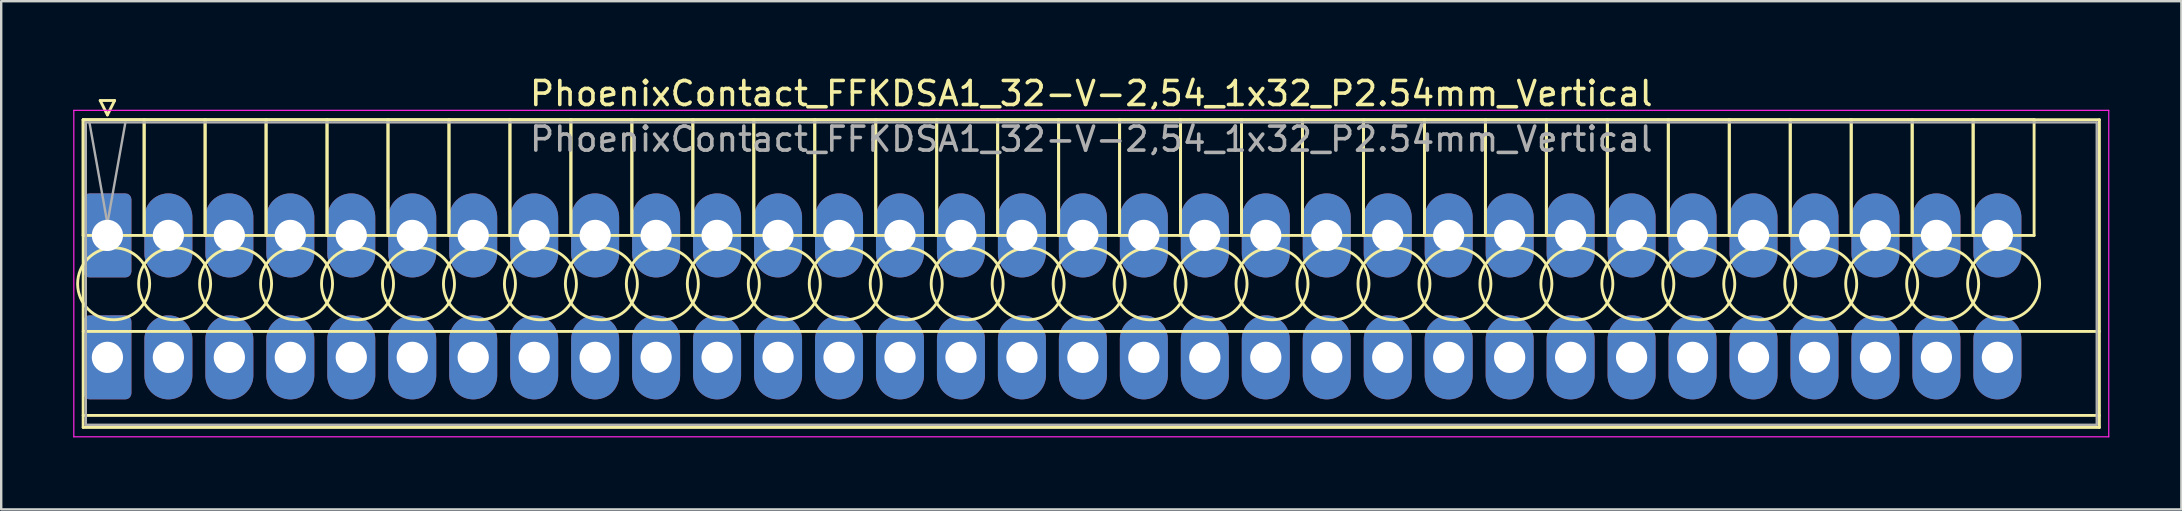
<source format=kicad_pcb>
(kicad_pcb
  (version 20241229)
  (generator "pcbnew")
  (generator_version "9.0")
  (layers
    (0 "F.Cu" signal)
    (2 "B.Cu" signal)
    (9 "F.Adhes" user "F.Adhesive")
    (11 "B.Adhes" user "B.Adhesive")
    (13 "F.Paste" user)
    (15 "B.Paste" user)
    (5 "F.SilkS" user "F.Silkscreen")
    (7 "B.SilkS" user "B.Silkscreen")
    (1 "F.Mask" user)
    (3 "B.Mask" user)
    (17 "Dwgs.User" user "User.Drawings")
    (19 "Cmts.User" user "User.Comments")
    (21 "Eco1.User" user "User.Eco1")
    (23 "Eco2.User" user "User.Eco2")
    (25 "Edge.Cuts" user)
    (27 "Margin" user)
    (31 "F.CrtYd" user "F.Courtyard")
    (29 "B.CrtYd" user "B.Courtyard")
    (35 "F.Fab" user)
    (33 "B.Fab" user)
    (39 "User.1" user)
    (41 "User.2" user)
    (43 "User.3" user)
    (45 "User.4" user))
  (footprint "PhoenixContact_FFKDSA1_32-V-2,54_1x32_P2.54mm_Vertical"
    (layer "F.Cu")
    (at 1.425 6.758)
    (property "Reference" "PhoenixContact_FFKDSA1_32-V-2,54_1x32_P2.54mm_Vertical" (at 40.99 -5.91 0) (layer "F.SilkS") (effects (font (size 1 1) (thickness 0.15))))
    (attr through_hole)
    (fp_line (start -1.01 -4.82) (end -1.01 0) (stroke (width 0.12) (type solid)) (layer "F.SilkS"))
    (fp_line (start -1.01 -4.82) (end -1.01 8) (stroke (width 0.12) (type solid)) (layer "F.SilkS"))
    (fp_line (start -1.01 0) (end 1.53 0) (stroke (width 0.12) (type solid)) (layer "F.SilkS"))
    (fp_line (start -1.01 4) (end 82.99 4) (stroke (width 0.12) (type solid)) (layer "F.SilkS"))
    (fp_line (start -1.01 7.5) (end 82.99 7.5) (stroke (width 0.12) (type solid)) (layer "F.SilkS"))
    (fp_line (start -1.01 8) (end 82.99 8) (stroke (width 0.12) (type solid)) (layer "F.SilkS"))
    (fp_line (start -0.3 -5.62) (end 0.3 -5.62) (stroke (width 0.12) (type solid)) (layer "F.SilkS"))
    (fp_line (start 0 -5.02) (end -0.3 -5.62) (stroke (width 0.12) (type solid)) (layer "F.SilkS"))
    (fp_line (start 0.3 -5.62) (end 0 -5.02) (stroke (width 0.12) (type solid)) (layer "F.SilkS"))
    (fp_line (start 1.53 -4.82) (end -1.01 -4.82) (stroke (width 0.12) (type solid)) (layer "F.SilkS"))
    (fp_line (start 1.53 -4.82) (end 1.53 0) (stroke (width 0.12) (type solid)) (layer "F.SilkS"))
    (fp_line (start 1.53 0) (end 1.53 -4.82) (stroke (width 0.12) (type solid)) (layer "F.SilkS"))
    (fp_line (start 1.53 0) (end 4.07 0) (stroke (width 0.12) (type solid)) (layer "F.SilkS"))
    (fp_line (start 4.07 -4.82) (end 1.53 -4.82) (stroke (width 0.12) (type solid)) (layer "F.SilkS"))
    (fp_line (start 4.07 -4.82) (end 4.07 0) (stroke (width 0.12) (type solid)) (layer "F.SilkS"))
    (fp_line (start 4.07 0) (end 4.07 -4.82) (stroke (width 0.12) (type solid)) (layer "F.SilkS"))
    (fp_line (start 4.07 0) (end 6.61 0) (stroke (width 0.12) (type solid)) (layer "F.SilkS"))
    (fp_line (start 6.61 -4.82) (end 4.07 -4.82) (stroke (width 0.12) (type solid)) (layer "F.SilkS"))
    (fp_line (start 6.61 -4.82) (end 6.61 0) (stroke (width 0.12) (type solid)) (layer "F.SilkS"))
    (fp_line (start 6.61 0) (end 6.61 -4.82) (stroke (width 0.12) (type solid)) (layer "F.SilkS"))
    (fp_line (start 6.61 0) (end 9.15 0) (stroke (width 0.12) (type solid)) (layer "F.SilkS"))
    (fp_line (start 9.15 -4.82) (end 6.61 -4.82) (stroke (width 0.12) (type solid)) (layer "F.SilkS"))
    (fp_line (start 9.15 -4.82) (end 9.15 0) (stroke (width 0.12) (type solid)) (layer "F.SilkS"))
    (fp_line (start 9.15 0) (end 9.15 -4.82) (stroke (width 0.12) (type solid)) (layer "F.SilkS"))
    (fp_line (start 9.15 0) (end 11.69 0) (stroke (width 0.12) (type solid)) (layer "F.SilkS"))
    (fp_line (start 11.69 -4.82) (end 9.15 -4.82) (stroke (width 0.12) (type solid)) (layer "F.SilkS"))
    (fp_line (start 11.69 -4.82) (end 11.69 0) (stroke (width 0.12) (type solid)) (layer "F.SilkS"))
    (fp_line (start 11.69 0) (end 11.69 -4.82) (stroke (width 0.12) (type solid)) (layer "F.SilkS"))
    (fp_line (start 11.69 0) (end 14.23 0) (stroke (width 0.12) (type solid)) (layer "F.SilkS"))
    (fp_line (start 14.23 -4.82) (end 11.69 -4.82) (stroke (width 0.12) (type solid)) (layer "F.SilkS"))
    (fp_line (start 14.23 -4.82) (end 14.23 0) (stroke (width 0.12) (type solid)) (layer "F.SilkS"))
    (fp_line (start 14.23 0) (end 14.23 -4.82) (stroke (width 0.12) (type solid)) (layer "F.SilkS"))
    (fp_line (start 14.23 0) (end 16.77 0) (stroke (width 0.12) (type solid)) (layer "F.SilkS"))
    (fp_line (start 16.77 -4.82) (end 14.23 -4.82) (stroke (width 0.12) (type solid)) (layer "F.SilkS"))
    (fp_line (start 16.77 -4.82) (end 16.77 0) (stroke (width 0.12) (type solid)) (layer "F.SilkS"))
    (fp_line (start 16.77 0) (end 16.77 -4.82) (stroke (width 0.12) (type solid)) (layer "F.SilkS"))
    (fp_line (start 16.77 0) (end 19.31 0) (stroke (width 0.12) (type solid)) (layer "F.SilkS"))
    (fp_line (start 19.31 -4.82) (end 16.77 -4.82) (stroke (width 0.12) (type solid)) (layer "F.SilkS"))
    (fp_line (start 19.31 -4.82) (end 19.31 0) (stroke (width 0.12) (type solid)) (layer "F.SilkS"))
    (fp_line (start 19.31 0) (end 19.31 -4.82) (stroke (width 0.12) (type solid)) (layer "F.SilkS"))
    (fp_line (start 19.31 0) (end 21.85 0) (stroke (width 0.12) (type solid)) (layer "F.SilkS"))
    (fp_line (start 21.85 -4.82) (end 19.31 -4.82) (stroke (width 0.12) (type solid)) (layer "F.SilkS"))
    (fp_line (start 21.85 -4.82) (end 21.85 0) (stroke (width 0.12) (type solid)) (layer "F.SilkS"))
    (fp_line (start 21.85 0) (end 21.85 -4.82) (stroke (width 0.12) (type solid)) (layer "F.SilkS"))
    (fp_line (start 21.85 0) (end 24.39 0) (stroke (width 0.12) (type solid)) (layer "F.SilkS"))
    (fp_line (start 24.39 -4.82) (end 21.85 -4.82) (stroke (width 0.12) (type solid)) (layer "F.SilkS"))
    (fp_line (start 24.39 -4.82) (end 24.39 0) (stroke (width 0.12) (type solid)) (layer "F.SilkS"))
    (fp_line (start 24.39 0) (end 24.39 -4.82) (stroke (width 0.12) (type solid)) (layer "F.SilkS"))
    (fp_line (start 24.39 0) (end 26.93 0) (stroke (width 0.12) (type solid)) (layer "F.SilkS"))
    (fp_line (start 26.93 -4.82) (end 24.39 -4.82) (stroke (width 0.12) (type solid)) (layer "F.SilkS"))
    (fp_line (start 26.93 -4.82) (end 26.93 0) (stroke (width 0.12) (type solid)) (layer "F.SilkS"))
    (fp_line (start 26.93 0) (end 26.93 -4.82) (stroke (width 0.12) (type solid)) (layer "F.SilkS"))
    (fp_line (start 26.93 0) (end 29.47 0) (stroke (width 0.12) (type solid)) (layer "F.SilkS"))
    (fp_line (start 29.47 -4.82) (end 26.93 -4.82) (stroke (width 0.12) (type solid)) (layer "F.SilkS"))
    (fp_line (start 29.47 -4.82) (end 29.47 0) (stroke (width 0.12) (type solid)) (layer "F.SilkS"))
    (fp_line (start 29.47 0) (end 29.47 -4.82) (stroke (width 0.12) (type solid)) (layer "F.SilkS"))
    (fp_line (start 29.47 0) (end 32.01 0) (stroke (width 0.12) (type solid)) (layer "F.SilkS"))
    (fp_line (start 32.01 -4.82) (end 29.47 -4.82) (stroke (width 0.12) (type solid)) (layer "F.SilkS"))
    (fp_line (start 32.01 -4.82) (end 32.01 0) (stroke (width 0.12) (type solid)) (layer "F.SilkS"))
    (fp_line (start 32.01 0) (end 32.01 -4.82) (stroke (width 0.12) (type solid)) (layer "F.SilkS"))
    (fp_line (start 32.01 0) (end 34.55 0) (stroke (width 0.12) (type solid)) (layer "F.SilkS"))
    (fp_line (start 34.55 -4.82) (end 32.01 -4.82) (stroke (width 0.12) (type solid)) (layer "F.SilkS"))
    (fp_line (start 34.55 -4.82) (end 34.55 0) (stroke (width 0.12) (type solid)) (layer "F.SilkS"))
    (fp_line (start 34.55 0) (end 34.55 -4.82) (stroke (width 0.12) (type solid)) (layer "F.SilkS"))
    (fp_line (start 34.55 0) (end 37.09 0) (stroke (width 0.12) (type solid)) (layer "F.SilkS"))
    (fp_line (start 37.09 -4.82) (end 34.55 -4.82) (stroke (width 0.12) (type solid)) (layer "F.SilkS"))
    (fp_line (start 37.09 -4.82) (end 37.09 0) (stroke (width 0.12) (type solid)) (layer "F.SilkS"))
    (fp_line (start 37.09 0) (end 37.09 -4.82) (stroke (width 0.12) (type solid)) (layer "F.SilkS"))
    (fp_line (start 37.09 0) (end 39.63 0) (stroke (width 0.12) (type solid)) (layer "F.SilkS"))
    (fp_line (start 39.63 -4.82) (end 37.09 -4.82) (stroke (width 0.12) (type solid)) (layer "F.SilkS"))
    (fp_line (start 39.63 -4.82) (end 39.63 0) (stroke (width 0.12) (type solid)) (layer "F.SilkS"))
    (fp_line (start 39.63 0) (end 39.63 -4.82) (stroke (width 0.12) (type solid)) (layer "F.SilkS"))
    (fp_line (start 39.63 0) (end 42.17 0) (stroke (width 0.12) (type solid)) (layer "F.SilkS"))
    (fp_line (start 42.17 -4.82) (end 39.63 -4.82) (stroke (width 0.12) (type solid)) (layer "F.SilkS"))
    (fp_line (start 42.17 -4.82) (end 42.17 0) (stroke (width 0.12) (type solid)) (layer "F.SilkS"))
    (fp_line (start 42.17 0) (end 42.17 -4.82) (stroke (width 0.12) (type solid)) (layer "F.SilkS"))
    (fp_line (start 42.17 0) (end 44.71 0) (stroke (width 0.12) (type solid)) (layer "F.SilkS"))
    (fp_line (start 44.71 -4.82) (end 42.17 -4.82) (stroke (width 0.12) (type solid)) (layer "F.SilkS"))
    (fp_line (start 44.71 -4.82) (end 44.71 0) (stroke (width 0.12) (type solid)) (layer "F.SilkS"))
    (fp_line (start 44.71 0) (end 44.71 -4.82) (stroke (width 0.12) (type solid)) (layer "F.SilkS"))
    (fp_line (start 44.71 0) (end 47.25 0) (stroke (width 0.12) (type solid)) (layer "F.SilkS"))
    (fp_line (start 47.25 -4.82) (end 44.71 -4.82) (stroke (width 0.12) (type solid)) (layer "F.SilkS"))
    (fp_line (start 47.25 -4.82) (end 47.25 0) (stroke (width 0.12) (type solid)) (layer "F.SilkS"))
    (fp_line (start 47.25 0) (end 47.25 -4.82) (stroke (width 0.12) (type solid)) (layer "F.SilkS"))
    (fp_line (start 47.25 0) (end 49.79 0) (stroke (width 0.12) (type solid)) (layer "F.SilkS"))
    (fp_line (start 49.79 -4.82) (end 47.25 -4.82) (stroke (width 0.12) (type solid)) (layer "F.SilkS"))
    (fp_line (start 49.79 -4.82) (end 49.79 0) (stroke (width 0.12) (type solid)) (layer "F.SilkS"))
    (fp_line (start 49.79 0) (end 49.79 -4.82) (stroke (width 0.12) (type solid)) (layer "F.SilkS"))
    (fp_line (start 49.79 0) (end 52.33 0) (stroke (width 0.12) (type solid)) (layer "F.SilkS"))
    (fp_line (start 52.33 -4.82) (end 49.79 -4.82) (stroke (width 0.12) (type solid)) (layer "F.SilkS"))
    (fp_line (start 52.33 -4.82) (end 52.33 0) (stroke (width 0.12) (type solid)) (layer "F.SilkS"))
    (fp_line (start 52.33 0) (end 52.33 -4.82) (stroke (width 0.12) (type solid)) (layer "F.SilkS"))
    (fp_line (start 52.33 0) (end 54.87 0) (stroke (width 0.12) (type solid)) (layer "F.SilkS"))
    (fp_line (start 54.87 -4.82) (end 52.33 -4.82) (stroke (width 0.12) (type solid)) (layer "F.SilkS"))
    (fp_line (start 54.87 -4.82) (end 54.87 0) (stroke (width 0.12) (type solid)) (layer "F.SilkS"))
    (fp_line (start 54.87 0) (end 54.87 -4.82) (stroke (width 0.12) (type solid)) (layer "F.SilkS"))
    (fp_line (start 54.87 0) (end 57.41 0) (stroke (width 0.12) (type solid)) (layer "F.SilkS"))
    (fp_line (start 57.41 -4.82) (end 54.87 -4.82) (stroke (width 0.12) (type solid)) (layer "F.SilkS"))
    (fp_line (start 57.41 -4.82) (end 57.41 0) (stroke (width 0.12) (type solid)) (layer "F.SilkS"))
    (fp_line (start 57.41 0) (end 57.41 -4.82) (stroke (width 0.12) (type solid)) (layer "F.SilkS"))
    (fp_line (start 57.41 0) (end 59.95 0) (stroke (width 0.12) (type solid)) (layer "F.SilkS"))
    (fp_line (start 59.95 -4.82) (end 57.41 -4.82) (stroke (width 0.12) (type solid)) (layer "F.SilkS"))
    (fp_line (start 59.95 -4.82) (end 59.95 0) (stroke (width 0.12) (type solid)) (layer "F.SilkS"))
    (fp_line (start 59.95 0) (end 59.95 -4.82) (stroke (width 0.12) (type solid)) (layer "F.SilkS"))
    (fp_line (start 59.95 0) (end 62.49 0) (stroke (width 0.12) (type solid)) (layer "F.SilkS"))
    (fp_line (start 62.49 -4.82) (end 59.95 -4.82) (stroke (width 0.12) (type solid)) (layer "F.SilkS"))
    (fp_line (start 62.49 -4.82) (end 62.49 0) (stroke (width 0.12) (type solid)) (layer "F.SilkS"))
    (fp_line (start 62.49 0) (end 62.49 -4.82) (stroke (width 0.12) (type solid)) (layer "F.SilkS"))
    (fp_line (start 62.49 0) (end 65.03 0) (stroke (width 0.12) (type solid)) (layer "F.SilkS"))
    (fp_line (start 65.03 -4.82) (end 62.49 -4.82) (stroke (width 0.12) (type solid)) (layer "F.SilkS"))
    (fp_line (start 65.03 -4.82) (end 65.03 0) (stroke (width 0.12) (type solid)) (layer "F.SilkS"))
    (fp_line (start 65.03 0) (end 65.03 -4.82) (stroke (width 0.12) (type solid)) (layer "F.SilkS"))
    (fp_line (start 65.03 0) (end 67.57 0) (stroke (width 0.12) (type solid)) (layer "F.SilkS"))
    (fp_line (start 67.57 -4.82) (end 65.03 -4.82) (stroke (width 0.12) (type solid)) (layer "F.SilkS"))
    (fp_line (start 67.57 -4.82) (end 67.57 0) (stroke (width 0.12) (type solid)) (layer "F.SilkS"))
    (fp_line (start 67.57 0) (end 67.57 -4.82) (stroke (width 0.12) (type solid)) (layer "F.SilkS"))
    (fp_line (start 67.57 0) (end 70.11 0) (stroke (width 0.12) (type solid)) (layer "F.SilkS"))
    (fp_line (start 70.11 -4.82) (end 67.57 -4.82) (stroke (width 0.12) (type solid)) (layer "F.SilkS"))
    (fp_line (start 70.11 -4.82) (end 70.11 0) (stroke (width 0.12) (type solid)) (layer "F.SilkS"))
    (fp_line (start 70.11 0) (end 70.11 -4.82) (stroke (width 0.12) (type solid)) (layer "F.SilkS"))
    (fp_line (start 70.11 0) (end 72.65 0) (stroke (width 0.12) (type solid)) (layer "F.SilkS"))
    (fp_line (start 72.65 -4.82) (end 70.11 -4.82) (stroke (width 0.12) (type solid)) (layer "F.SilkS"))
    (fp_line (start 72.65 -4.82) (end 72.65 0) (stroke (width 0.12) (type solid)) (layer "F.SilkS"))
    (fp_line (start 72.65 0) (end 72.65 -4.82) (stroke (width 0.12) (type solid)) (layer "F.SilkS"))
    (fp_line (start 72.65 0) (end 75.19 0) (stroke (width 0.12) (type solid)) (layer "F.SilkS"))
    (fp_line (start 75.19 -4.82) (end 72.65 -4.82) (stroke (width 0.12) (type solid)) (layer "F.SilkS"))
    (fp_line (start 75.19 -4.82) (end 75.19 0) (stroke (width 0.12) (type solid)) (layer "F.SilkS"))
    (fp_line (start 75.19 0) (end 75.19 -4.82) (stroke (width 0.12) (type solid)) (layer "F.SilkS"))
    (fp_line (start 75.19 0) (end 77.73 0) (stroke (width 0.12) (type solid)) (layer "F.SilkS"))
    (fp_line (start 77.73 -4.82) (end 75.19 -4.82) (stroke (width 0.12) (type solid)) (layer "F.SilkS"))
    (fp_line (start 77.73 -4.82) (end 77.73 0) (stroke (width 0.12) (type solid)) (layer "F.SilkS"))
    (fp_line (start 77.73 0) (end 77.73 -4.82) (stroke (width 0.12) (type solid)) (layer "F.SilkS"))
    (fp_line (start 77.73 0) (end 80.27 0) (stroke (width 0.12) (type solid)) (layer "F.SilkS"))
    (fp_line (start 80.27 -4.82) (end 77.73 -4.82) (stroke (width 0.12) (type solid)) (layer "F.SilkS"))
    (fp_line (start 80.27 0) (end 80.27 -4.82) (stroke (width 0.12) (type solid)) (layer "F.SilkS"))
    (fp_line (start 82.99 -4.82) (end -1.01 -4.82) (stroke (width 0.12) (type solid)) (layer "F.SilkS"))
    (fp_line (start 82.99 8) (end 82.99 -4.82) (stroke (width 0.12) (type solid)) (layer "F.SilkS"))
    (fp_circle (center 0.26 2.015) (end 1.76 2.015) (stroke (width 0.12) (type solid)) (fill no) (layer "F.SilkS"))
    (fp_circle (center 2.8 2.015) (end 4.3 2.015) (stroke (width 0.12) (type solid)) (fill no) (layer "F.SilkS"))
    (fp_circle (center 5.34 2.015) (end 6.84 2.015) (stroke (width 0.12) (type solid)) (fill no) (layer "F.SilkS"))
    (fp_circle (center 7.88 2.015) (end 9.38 2.015) (stroke (width 0.12) (type solid)) (fill no) (layer "F.SilkS"))
    (fp_circle (center 10.42 2.015) (end 11.92 2.015) (stroke (width 0.12) (type solid)) (fill no) (layer "F.SilkS"))
    (fp_circle (center 12.96 2.015) (end 14.46 2.015) (stroke (width 0.12) (type solid)) (fill no) (layer "F.SilkS"))
    (fp_circle (center 15.5 2.015) (end 17 2.015) (stroke (width 0.12) (type solid)) (fill no) (layer "F.SilkS"))
    (fp_circle (center 18.04 2.015) (end 19.54 2.015) (stroke (width 0.12) (type solid)) (fill no) (layer "F.SilkS"))
    (fp_circle (center 20.58 2.015) (end 22.08 2.015) (stroke (width 0.12) (type solid)) (fill no) (layer "F.SilkS"))
    (fp_circle (center 23.12 2.015) (end 24.62 2.015) (stroke (width 0.12) (type solid)) (fill no) (layer "F.SilkS"))
    (fp_circle (center 25.66 2.015) (end 27.16 2.015) (stroke (width 0.12) (type solid)) (fill no) (layer "F.SilkS"))
    (fp_circle (center 28.2 2.015) (end 29.7 2.015) (stroke (width 0.12) (type solid)) (fill no) (layer "F.SilkS"))
    (fp_circle (center 30.74 2.015) (end 32.24 2.015) (stroke (width 0.12) (type solid)) (fill no) (layer "F.SilkS"))
    (fp_circle (center 33.28 2.015) (end 34.78 2.015) (stroke (width 0.12) (type solid)) (fill no) (layer "F.SilkS"))
    (fp_circle (center 35.82 2.015) (end 37.32 2.015) (stroke (width 0.12) (type solid)) (fill no) (layer "F.SilkS"))
    (fp_circle (center 38.36 2.015) (end 39.86 2.015) (stroke (width 0.12) (type solid)) (fill no) (layer "F.SilkS"))
    (fp_circle (center 40.9 2.015) (end 42.4 2.015) (stroke (width 0.12) (type solid)) (fill no) (layer "F.SilkS"))
    (fp_circle (center 43.44 2.015) (end 44.94 2.015) (stroke (width 0.12) (type solid)) (fill no) (layer "F.SilkS"))
    (fp_circle (center 45.98 2.015) (end 47.48 2.015) (stroke (width 0.12) (type solid)) (fill no) (layer "F.SilkS"))
    (fp_circle (center 48.52 2.015) (end 50.02 2.015) (stroke (width 0.12) (type solid)) (fill no) (layer "F.SilkS"))
    (fp_circle (center 51.06 2.015) (end 52.56 2.015) (stroke (width 0.12) (type solid)) (fill no) (layer "F.SilkS"))
    (fp_circle (center 53.6 2.015) (end 55.1 2.015) (stroke (width 0.12) (type solid)) (fill no) (layer "F.SilkS"))
    (fp_circle (center 56.14 2.015) (end 57.64 2.015) (stroke (width 0.12) (type solid)) (fill no) (layer "F.SilkS"))
    (fp_circle (center 58.68 2.015) (end 60.18 2.015) (stroke (width 0.12) (type solid)) (fill no) (layer "F.SilkS"))
    (fp_circle (center 61.22 2.015) (end 62.72 2.015) (stroke (width 0.12) (type solid)) (fill no) (layer "F.SilkS"))
    (fp_circle (center 63.76 2.015) (end 65.26 2.015) (stroke (width 0.12) (type solid)) (fill no) (layer "F.SilkS"))
    (fp_circle (center 66.3 2.015) (end 67.8 2.015) (stroke (width 0.12) (type solid)) (fill no) (layer "F.SilkS"))
    (fp_circle (center 68.84 2.015) (end 70.34 2.015) (stroke (width 0.12) (type solid)) (fill no) (layer "F.SilkS"))
    (fp_circle (center 71.38 2.015) (end 72.88 2.015) (stroke (width 0.12) (type solid)) (fill no) (layer "F.SilkS"))
    (fp_circle (center 73.92 2.015) (end 75.42 2.015) (stroke (width 0.12) (type solid)) (fill no) (layer "F.SilkS"))
    (fp_circle (center 76.46 2.015) (end 77.96 2.015) (stroke (width 0.12) (type solid)) (fill no) (layer "F.SilkS"))
    (fp_circle (center 79 2.015) (end 80.5 2.015) (stroke (width 0.12) (type solid)) (fill no) (layer "F.SilkS"))
    (fp_line (start -1.4 -5.21) (end -1.4 8.39) (stroke (width 0.05) (type solid)) (layer "F.CrtYd"))
    (fp_line (start -1.4 8.39) (end 83.38 8.39) (stroke (width 0.05) (type solid)) (layer "F.CrtYd"))
    (fp_line (start 83.38 -5.21) (end -1.4 -5.21) (stroke (width 0.05) (type solid)) (layer "F.CrtYd"))
    (fp_line (start 83.38 8.39) (end 83.38 -5.21) (stroke (width 0.05) (type solid)) (layer "F.CrtYd"))
    (fp_line (start -0.9 -4.71) (end -0.9 7.89) (stroke (width 0.1) (type solid)) (layer "F.Fab"))
    (fp_line (start -0.9 7.89) (end 82.88 7.89) (stroke (width 0.1) (type solid)) (layer "F.Fab"))
    (fp_line (start 0 -0.5) (end -0.75 -4.71) (stroke (width 0.1) (type solid)) (layer "F.Fab"))
    (fp_line (start 0.75 -4.71) (end 0 -0.5) (stroke (width 0.1) (type solid)) (layer "F.Fab"))
    (fp_line (start 82.88 -4.71) (end -0.9 -4.71) (stroke (width 0.1) (type solid)) (layer "F.Fab"))
    (fp_line (start 82.88 7.89) (end 82.88 -4.71) (stroke (width 0.1) (type solid)) (layer "F.Fab"))
    (fp_text user "${REFERENCE}" (at 40.99 -4.01 0) (layer "F.Fab") (effects (font (size 1 1) (thickness 0.15))))
    (pad "1" thru_hole roundrect (at 0 0) (size 2 3.5) (drill 1.3) (layers "*.Cu" "*.Mask") (roundrect_rratio 0.125))
    (pad "1" thru_hole roundrect (at 0 5.08) (size 2 3.5) (drill 1.3) (layers "*.Cu" "*.Mask") (roundrect_rratio 0.125))
    (pad "2" thru_hole oval (at 2.54 0) (size 2 3.5) (drill 1.3) (layers "*.Cu" "*.Mask"))
    (pad "2" thru_hole oval (at 2.54 5.08) (size 2 3.5) (drill 1.3) (layers "*.Cu" "*.Mask"))
    (pad "3" thru_hole oval (at 5.08 0) (size 2 3.5) (drill 1.3) (layers "*.Cu" "*.Mask"))
    (pad "3" thru_hole oval (at 5.08 5.08) (size 2 3.5) (drill 1.3) (layers "*.Cu" "*.Mask"))
    (pad "4" thru_hole oval (at 7.62 0) (size 2 3.5) (drill 1.3) (layers "*.Cu" "*.Mask"))
    (pad "4" thru_hole oval (at 7.62 5.08) (size 2 3.5) (drill 1.3) (layers "*.Cu" "*.Mask"))
    (pad "5" thru_hole oval (at 10.16 0) (size 2 3.5) (drill 1.3) (layers "*.Cu" "*.Mask"))
    (pad "5" thru_hole oval (at 10.16 5.08) (size 2 3.5) (drill 1.3) (layers "*.Cu" "*.Mask"))
    (pad "6" thru_hole oval (at 12.7 0) (size 2 3.5) (drill 1.3) (layers "*.Cu" "*.Mask"))
    (pad "6" thru_hole oval (at 12.7 5.08) (size 2 3.5) (drill 1.3) (layers "*.Cu" "*.Mask"))
    (pad "7" thru_hole oval (at 15.24 0) (size 2 3.5) (drill 1.3) (layers "*.Cu" "*.Mask"))
    (pad "7" thru_hole oval (at 15.24 5.08) (size 2 3.5) (drill 1.3) (layers "*.Cu" "*.Mask"))
    (pad "8" thru_hole oval (at 17.78 0) (size 2 3.5) (drill 1.3) (layers "*.Cu" "*.Mask"))
    (pad "8" thru_hole oval (at 17.78 5.08) (size 2 3.5) (drill 1.3) (layers "*.Cu" "*.Mask"))
    (pad "9" thru_hole oval (at 20.32 0) (size 2 3.5) (drill 1.3) (layers "*.Cu" "*.Mask"))
    (pad "9" thru_hole oval (at 20.32 5.08) (size 2 3.5) (drill 1.3) (layers "*.Cu" "*.Mask"))
    (pad "10" thru_hole oval (at 22.86 0) (size 2 3.5) (drill 1.3) (layers "*.Cu" "*.Mask"))
    (pad "10" thru_hole oval (at 22.86 5.08) (size 2 3.5) (drill 1.3) (layers "*.Cu" "*.Mask"))
    (pad "11" thru_hole oval (at 25.4 0) (size 2 3.5) (drill 1.3) (layers "*.Cu" "*.Mask"))
    (pad "11" thru_hole oval (at 25.4 5.08) (size 2 3.5) (drill 1.3) (layers "*.Cu" "*.Mask"))
    (pad "12" thru_hole oval (at 27.94 0) (size 2 3.5) (drill 1.3) (layers "*.Cu" "*.Mask"))
    (pad "12" thru_hole oval (at 27.94 5.08) (size 2 3.5) (drill 1.3) (layers "*.Cu" "*.Mask"))
    (pad "13" thru_hole oval (at 30.48 0) (size 2 3.5) (drill 1.3) (layers "*.Cu" "*.Mask"))
    (pad "13" thru_hole oval (at 30.48 5.08) (size 2 3.5) (drill 1.3) (layers "*.Cu" "*.Mask"))
    (pad "14" thru_hole oval (at 33.02 0) (size 2 3.5) (drill 1.3) (layers "*.Cu" "*.Mask"))
    (pad "14" thru_hole oval (at 33.02 5.08) (size 2 3.5) (drill 1.3) (layers "*.Cu" "*.Mask"))
    (pad "15" thru_hole oval (at 35.56 0) (size 2 3.5) (drill 1.3) (layers "*.Cu" "*.Mask"))
    (pad "15" thru_hole oval (at 35.56 5.08) (size 2 3.5) (drill 1.3) (layers "*.Cu" "*.Mask"))
    (pad "16" thru_hole oval (at 38.1 0) (size 2 3.5) (drill 1.3) (layers "*.Cu" "*.Mask"))
    (pad "16" thru_hole oval (at 38.1 5.08) (size 2 3.5) (drill 1.3) (layers "*.Cu" "*.Mask"))
    (pad "17" thru_hole oval (at 40.64 0) (size 2 3.5) (drill 1.3) (layers "*.Cu" "*.Mask"))
    (pad "17" thru_hole oval (at 40.64 5.08) (size 2 3.5) (drill 1.3) (layers "*.Cu" "*.Mask"))
    (pad "18" thru_hole oval (at 43.18 0) (size 2 3.5) (drill 1.3) (layers "*.Cu" "*.Mask"))
    (pad "18" thru_hole oval (at 43.18 5.08) (size 2 3.5) (drill 1.3) (layers "*.Cu" "*.Mask"))
    (pad "19" thru_hole oval (at 45.72 0) (size 2 3.5) (drill 1.3) (layers "*.Cu" "*.Mask"))
    (pad "19" thru_hole oval (at 45.72 5.08) (size 2 3.5) (drill 1.3) (layers "*.Cu" "*.Mask"))
    (pad "20" thru_hole oval (at 48.26 0) (size 2 3.5) (drill 1.3) (layers "*.Cu" "*.Mask"))
    (pad "20" thru_hole oval (at 48.26 5.08) (size 2 3.5) (drill 1.3) (layers "*.Cu" "*.Mask"))
    (pad "21" thru_hole oval (at 50.8 0) (size 2 3.5) (drill 1.3) (layers "*.Cu" "*.Mask"))
    (pad "21" thru_hole oval (at 50.8 5.08) (size 2 3.5) (drill 1.3) (layers "*.Cu" "*.Mask"))
    (pad "22" thru_hole oval (at 53.34 0) (size 2 3.5) (drill 1.3) (layers "*.Cu" "*.Mask"))
    (pad "22" thru_hole oval (at 53.34 5.08) (size 2 3.5) (drill 1.3) (layers "*.Cu" "*.Mask"))
    (pad "23" thru_hole oval (at 55.88 0) (size 2 3.5) (drill 1.3) (layers "*.Cu" "*.Mask"))
    (pad "23" thru_hole oval (at 55.88 5.08) (size 2 3.5) (drill 1.3) (layers "*.Cu" "*.Mask"))
    (pad "24" thru_hole oval (at 58.42 0) (size 2 3.5) (drill 1.3) (layers "*.Cu" "*.Mask"))
    (pad "24" thru_hole oval (at 58.42 5.08) (size 2 3.5) (drill 1.3) (layers "*.Cu" "*.Mask"))
    (pad "25" thru_hole oval (at 60.96 0) (size 2 3.5) (drill 1.3) (layers "*.Cu" "*.Mask"))
    (pad "25" thru_hole oval (at 60.96 5.08) (size 2 3.5) (drill 1.3) (layers "*.Cu" "*.Mask"))
    (pad "26" thru_hole oval (at 63.5 0) (size 2 3.5) (drill 1.3) (layers "*.Cu" "*.Mask"))
    (pad "26" thru_hole oval (at 63.5 5.08) (size 2 3.5) (drill 1.3) (layers "*.Cu" "*.Mask"))
    (pad "27" thru_hole oval (at 66.04 0) (size 2 3.5) (drill 1.3) (layers "*.Cu" "*.Mask"))
    (pad "27" thru_hole oval (at 66.04 5.08) (size 2 3.5) (drill 1.3) (layers "*.Cu" "*.Mask"))
    (pad "28" thru_hole oval (at 68.58 0) (size 2 3.5) (drill 1.3) (layers "*.Cu" "*.Mask"))
    (pad "28" thru_hole oval (at 68.58 5.08) (size 2 3.5) (drill 1.3) (layers "*.Cu" "*.Mask"))
    (pad "29" thru_hole oval (at 71.12 0) (size 2 3.5) (drill 1.3) (layers "*.Cu" "*.Mask"))
    (pad "29" thru_hole oval (at 71.12 5.08) (size 2 3.5) (drill 1.3) (layers "*.Cu" "*.Mask"))
    (pad "30" thru_hole oval (at 73.66 0) (size 2 3.5) (drill 1.3) (layers "*.Cu" "*.Mask"))
    (pad "30" thru_hole oval (at 73.66 5.08) (size 2 3.5) (drill 1.3) (layers "*.Cu" "*.Mask"))
    (pad "31" thru_hole oval (at 76.2 0) (size 2 3.5) (drill 1.3) (layers "*.Cu" "*.Mask"))
    (pad "31" thru_hole oval (at 76.2 5.08) (size 2 3.5) (drill 1.3) (layers "*.Cu" "*.Mask"))
    (pad "32" thru_hole oval (at 78.74 0) (size 2 3.5) (drill 1.3) (layers "*.Cu" "*.Mask"))
    (pad "32" thru_hole oval (at 78.74 5.08) (size 2 3.5) (drill 1.3) (layers "*.Cu" "*.Mask")))
  (gr_rect
    (start -3 -3)
    (end 87.83 18.173)
    (stroke (width 0.1) (type default))
    (fill no)
    (layer "Edge.Cuts")))
</source>
